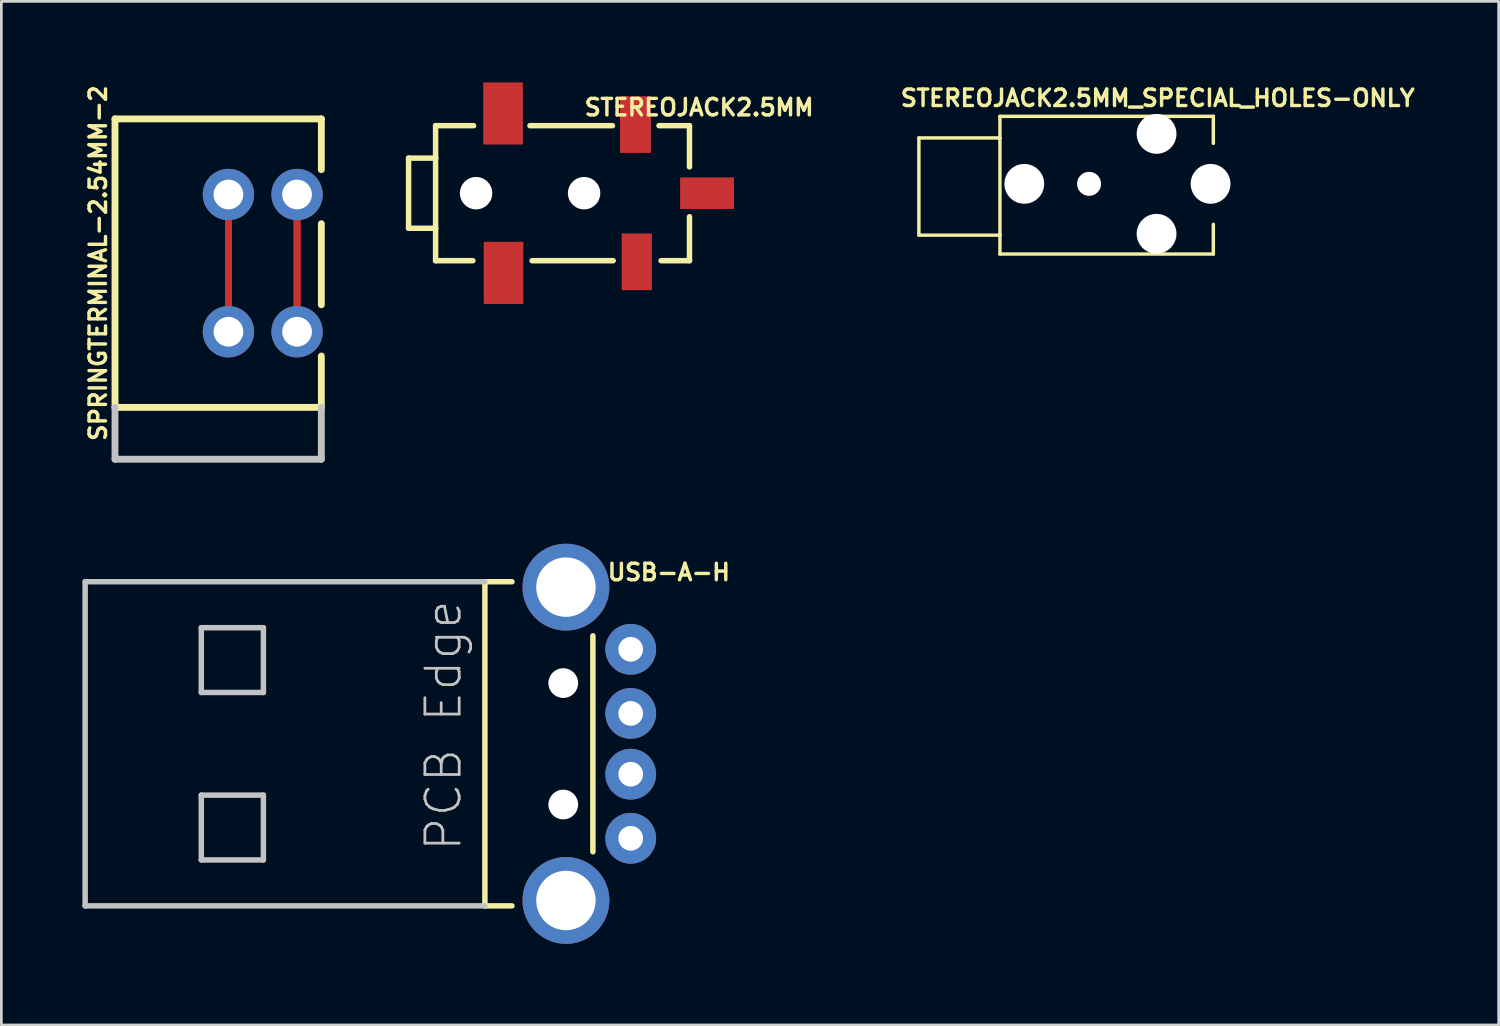
<source format=kicad_pcb>
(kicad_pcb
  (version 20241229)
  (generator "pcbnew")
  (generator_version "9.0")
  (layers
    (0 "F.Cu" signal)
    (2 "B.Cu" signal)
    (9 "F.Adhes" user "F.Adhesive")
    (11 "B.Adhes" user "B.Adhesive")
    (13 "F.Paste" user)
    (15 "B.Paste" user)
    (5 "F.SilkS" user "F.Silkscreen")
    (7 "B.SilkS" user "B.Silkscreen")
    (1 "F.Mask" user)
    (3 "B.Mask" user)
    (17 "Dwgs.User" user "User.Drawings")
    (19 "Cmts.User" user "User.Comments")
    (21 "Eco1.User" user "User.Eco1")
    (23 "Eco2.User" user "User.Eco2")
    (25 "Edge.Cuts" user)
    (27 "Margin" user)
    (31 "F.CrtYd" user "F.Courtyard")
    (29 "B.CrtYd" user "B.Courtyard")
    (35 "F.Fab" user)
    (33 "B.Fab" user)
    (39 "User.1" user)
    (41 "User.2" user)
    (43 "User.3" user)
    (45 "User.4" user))
  (footprint "USB-A-H"
    (layer "F.Cu")
    (at 17.899 24.483)
    (property "Reference" "USB-A-H" (at 3.81 -6.35 0) (layer "F.SilkS") (effects (font (size 0.61 0.61) (thickness 0.127))))
    (attr exclude_from_pos_files exclude_from_bom)
    (fp_line (start -3 -5.999) (end -3 5.999) (stroke (width 0.203) (type solid)) (layer "F.SilkS"))
    (fp_line (start -3 -5.999) (end -1.999 -5.999) (stroke (width 0.203) (type solid)) (layer "F.SilkS"))
    (fp_line (start -3 5.999) (end -1.999 5.999) (stroke (width 0.203) (type solid)) (layer "F.SilkS"))
    (fp_line (start 0.998 3.998) (end 0.998 -3.998) (stroke (width 0.203) (type solid)) (layer "F.SilkS"))
    (fp_line (start -17.798 -5.999) (end -17.798 5.999) (stroke (width 0.203) (type solid)) (layer "Dwgs.User"))
    (fp_line (start -13.498 -4.298) (end -13.498 -1.9) (stroke (width 0.203) (type solid)) (layer "Dwgs.User"))
    (fp_line (start -13.498 -1.9) (end -11.199 -1.9) (stroke (width 0.203) (type solid)) (layer "Dwgs.User"))
    (fp_line (start -13.498 1.9) (end -13.498 4.298) (stroke (width 0.203) (type solid)) (layer "Dwgs.User"))
    (fp_line (start -13.498 4.298) (end -11.199 4.298) (stroke (width 0.203) (type solid)) (layer "Dwgs.User"))
    (fp_line (start -11.199 -4.298) (end -13.498 -4.298) (stroke (width 0.203) (type solid)) (layer "Dwgs.User"))
    (fp_line (start -11.199 -1.9) (end -11.199 -4.298) (stroke (width 0.203) (type solid)) (layer "Dwgs.User"))
    (fp_line (start -11.199 1.9) (end -13.498 1.9) (stroke (width 0.203) (type solid)) (layer "Dwgs.User"))
    (fp_line (start -11.199 4.298) (end -11.199 1.9) (stroke (width 0.203) (type solid)) (layer "Dwgs.User"))
    (fp_line (start -3 -5.999) (end -17.798 -5.999) (stroke (width 0.203) (type solid)) (layer "Dwgs.User"))
    (fp_line (start -3 5.999) (end -17.798 5.999) (stroke (width 0.203) (type solid)) (layer "Dwgs.User"))
    (fp_text user "PCB Edge" (at -4.534 -0.678 90) (layer "Dwgs.User") (effects (font (size 1.27 1.27) (thickness 0.102))))
    (pad "" np_thru_hole circle (at -0.099 -2.248) (size 1.1 1.1) (drill 1.1) (layers "*.Cu" "*.Mask"))
    (pad "" np_thru_hole circle (at -0.099 2.248) (size 1.1 1.1) (drill 1.1) (layers "*.Cu" "*.Mask"))
    (pad "D+" thru_hole circle (at 2.398 -1.125) (size 1.88 1.88) (drill 0.914) (layers "*.Cu" "*.Mask"))
    (pad "D-" thru_hole circle (at 2.398 1.125) (size 1.88 1.88) (drill 0.914) (layers "*.Cu" "*.Mask"))
    (pad "GND" thru_hole circle (at 2.398 -3.498) (size 1.88 1.88) (drill 0.914) (layers "*.Cu" "*.Mask"))
    (pad "SHLD" thru_hole circle (at 0 -5.799) (size 3.216 3.216) (drill 2.2) (layers "*.Cu" "*.Mask"))
    (pad "SHLD" thru_hole circle (at 0 5.799) (size 3.216 3.216) (drill 2.2) (layers "*.Cu" "*.Mask"))
    (pad "VBUS" thru_hole circle (at 2.398 3.498) (size 1.88 1.88) (drill 0.914) (layers "*.Cu" "*.Mask")))
  (footprint "STEREOJACK2.5MM"
    (layer "F.Cu")
    (at 14.573 4.101)
    (property "Reference" "STEREOJACK2.5MM" (at 8.255 -3.175 0) (layer "F.SilkS") (effects (font (size 0.61 0.61) (thickness 0.127))))
    (attr smd)
    (fp_line (start -2.499 -1.298) (end -2.499 1.298) (stroke (width 0.203) (type solid)) (layer "F.SilkS"))
    (fp_line (start -2.499 -1.298) (end -1.499 -1.298) (stroke (width 0.203) (type solid)) (layer "F.SilkS"))
    (fp_line (start -2.499 1.298) (end -1.499 1.298) (stroke (width 0.203) (type solid)) (layer "F.SilkS"))
    (fp_line (start -1.499 -2.499) (end -0.094 -2.499) (stroke (width 0.203) (type solid)) (layer "F.SilkS"))
    (fp_line (start -1.499 -1.298) (end -1.499 -2.499) (stroke (width 0.203) (type solid)) (layer "F.SilkS"))
    (fp_line (start -1.499 -1.298) (end -1.499 1.298) (stroke (width 0.203) (type solid)) (layer "F.SilkS"))
    (fp_line (start -1.499 1.298) (end -1.499 2.499) (stroke (width 0.203) (type solid)) (layer "F.SilkS"))
    (fp_line (start -1.499 2.499) (end -0.119 2.499) (stroke (width 0.203) (type solid)) (layer "F.SilkS"))
    (fp_line (start 1.994 -2.499) (end 5.05 -2.499) (stroke (width 0.203) (type solid)) (layer "F.SilkS"))
    (fp_line (start 2.073 2.499) (end 5.075 2.499) (stroke (width 0.203) (type solid)) (layer "F.SilkS"))
    (fp_line (start 6.772 -2.499) (end 7.899 -2.499) (stroke (width 0.203) (type solid)) (layer "F.SilkS"))
    (fp_line (start 6.848 2.499) (end 7.899 2.499) (stroke (width 0.203) (type solid)) (layer "F.SilkS"))
    (fp_line (start 7.899 -2.499) (end 7.899 -0.973) (stroke (width 0.203) (type solid)) (layer "F.SilkS"))
    (fp_line (start 7.899 2.499) (end 7.899 0.871) (stroke (width 0.203) (type solid)) (layer "F.SilkS"))
    (pad "" np_thru_hole circle (at 0 0) (size 1.199 1.199) (drill 1.199) (layers "*.Cu" "*.Mask"))
    (pad "" np_thru_hole circle (at 3.998 0) (size 1.199 1.199) (drill 1.199) (layers "*.Cu" "*.Mask"))
    (pad "1" smd rect (at 5.898 -2.54 90) (size 2.098 1.143) (layers "F.Cu" "F.Mask" "F.Paste"))
    (pad "3" smd rect (at 8.55 0 180) (size 1.996 1.168) (layers "F.Cu" "F.Mask" "F.Paste"))
    (pad "4" smd rect (at 5.949 2.54 90) (size 2.098 1.118) (layers "F.Cu" "F.Mask" "F.Paste"))
    (pad "5" smd rect (at 0.998 -2.951) (size 1.466 2.299) (layers "F.Cu" "F.Mask" "F.Paste"))
    (pad "A" smd rect (at 1.016 2.951) (size 1.466 2.299) (layers "F.Cu" "F.Mask" "F.Paste")))
  (footprint "SPRINGTERMINAL-2.54MM-2"
    (layer "F.Cu")
    (at 5.406 9.23)
    (property "Reference" "SPRINGTERMINAL-2.54MM-2" (at -4.826 -2.54 90) (layer "F.SilkS") (effects (font (size 0.61 0.61) (thickness 0.127))))
    (attr exclude_from_pos_files exclude_from_bom)
    (fp_line (start 0 0) (end 0 -5.08) (stroke (width 0.254) (type solid)) (layer "F.Cu"))
    (fp_line (start 0 0) (end 0 -5.08) (stroke (width 0.254) (type solid)) (layer "F.Cu"))
    (fp_line (start 2.54 0) (end 2.54 -5.08) (stroke (width 0.254) (type solid)) (layer "F.Cu"))
    (fp_line (start 2.54 0) (end 2.54 -5.08) (stroke (width 0.254) (type solid)) (layer "F.Cu"))
    (fp_line (start -4.199 -7.879) (end -4.199 2.799) (stroke (width 0.254) (type solid)) (layer "F.SilkS"))
    (fp_line (start -4.199 2.799) (end 3.439 2.799) (stroke (width 0.254) (type solid)) (layer "F.SilkS"))
    (fp_line (start 3.439 -7.879) (end -4.199 -7.879) (stroke (width 0.254) (type solid)) (layer "F.SilkS"))
    (fp_line (start 3.439 -7.879) (end 3.439 -5.999) (stroke (width 0.254) (type solid)) (layer "F.SilkS"))
    (fp_line (start 3.439 -3.998) (end 3.439 -0.998) (stroke (width 0.254) (type solid)) (layer "F.SilkS"))
    (fp_line (start 3.439 0.899) (end 3.439 2.799) (stroke (width 0.254) (type solid)) (layer "F.SilkS"))
    (fp_line (start -4.199 2.799) (end -4.199 4.719) (stroke (width 0.254) (type solid)) (layer "Dwgs.User"))
    (fp_line (start -4.199 4.719) (end 3.439 4.719) (stroke (width 0.254) (type solid)) (layer "Dwgs.User"))
    (fp_line (start 3.439 4.719) (end 3.439 2.799) (stroke (width 0.254) (type solid)) (layer "Dwgs.User"))
    (pad "1" thru_hole circle (at 0 0) (size 1.9 1.9) (drill 1.1) (layers "*.Cu" "*.Mask"))
    (pad "2" thru_hole circle (at 2.54 0) (size 1.9 1.9) (drill 1.1) (layers "*.Cu" "*.Mask"))
    (pad "P$2" thru_hole circle (at 0 -5.08) (size 1.9 1.9) (drill 1.1) (layers "*.Cu" "*.Mask"))
    (pad "P$3" thru_hole circle (at 2.54 -5.08) (size 1.9 1.9) (drill 1.1) (layers "*.Cu" "*.Mask")))
  (footprint "STEREOJACK2.5MM_SPECIAL_HOLES-ONLY"
    (layer "F.Cu")
    (at 37.263 3.755)
    (property "Reference" "STEREOJACK2.5MM_SPECIAL_HOLES-ONLY" (at 2.54 -3.175 0) (layer "F.SilkS") (effects (font (size 0.61 0.61) (thickness 0.127))))
    (attr exclude_from_pos_files exclude_from_bom)
    (fp_line (start -6.299 -1.699) (end -6.299 1.9) (stroke (width 0.127) (type solid)) (layer "F.SilkS"))
    (fp_line (start -6.299 1.9) (end -3.299 1.9) (stroke (width 0.127) (type solid)) (layer "F.SilkS"))
    (fp_line (start -3.299 -2.499) (end -3.299 -1.699) (stroke (width 0.127) (type solid)) (layer "F.SilkS"))
    (fp_line (start -3.299 -1.699) (end -6.299 -1.699) (stroke (width 0.127) (type solid)) (layer "F.SilkS"))
    (fp_line (start -3.299 -1.699) (end -3.299 1.9) (stroke (width 0.127) (type solid)) (layer "F.SilkS"))
    (fp_line (start -3.299 1.9) (end -3.299 2.598) (stroke (width 0.127) (type solid)) (layer "F.SilkS"))
    (fp_line (start -3.299 2.598) (end 4.6 2.598) (stroke (width 0.127) (type solid)) (layer "F.SilkS"))
    (fp_line (start 4.6 -2.499) (end -3.299 -2.499) (stroke (width 0.127) (type solid)) (layer "F.SilkS"))
    (fp_line (start 4.6 -1.499) (end 4.6 -2.499) (stroke (width 0.127) (type solid)) (layer "F.SilkS"))
    (fp_line (start 4.6 2.598) (end 4.6 1.499) (stroke (width 0.127) (type solid)) (layer "F.SilkS"))
    (pad "" np_thru_hole circle (at -2.398 0) (size 1.473 1.473) (drill 1.473) (layers "*.Cu" "*.Mask"))
    (pad "" np_thru_hole circle (at 0 0) (size 0.889 0.889) (drill 0.889) (layers "*.Cu" "*.Mask"))
    (pad "" np_thru_hole circle (at 2.499 -1.849) (size 1.473 1.473) (drill 1.473) (layers "*.Cu" "*.Mask"))
    (pad "" np_thru_hole circle (at 2.499 1.849) (size 1.473 1.473) (drill 1.473) (layers "*.Cu" "*.Mask"))
    (pad "" np_thru_hole circle (at 4.498 0) (size 1.473 1.473) (drill 1.473) (layers "*.Cu" "*.Mask"))
    (pad "RING" thru_hole circle (at 2.499 -1.849) (size 0.813 0.813) (drill 0.889) (layers "*.Cu" "*.Mask"))
    (pad "RING" thru_hole circle (at 2.499 1.849) (size 0.813 0.813) (drill 0.889) (layers "*.Cu" "*.Mask"))
    (pad "SHIE" thru_hole circle (at -2.398 0) (size 0.813 0.813) (drill 0.889) (layers "*.Cu" "*.Mask"))
    (pad "TIP" thru_hole circle (at 4.498 0) (size 0.813 0.813) (drill 0.889) (layers "*.Cu" "*.Mask")))
  (gr_rect
    (start -3 -3)
    (end 52.425 34.89)
    (stroke (width 0.1) (type default))
    (fill no)
    (layer "Edge.Cuts")))
</source>
